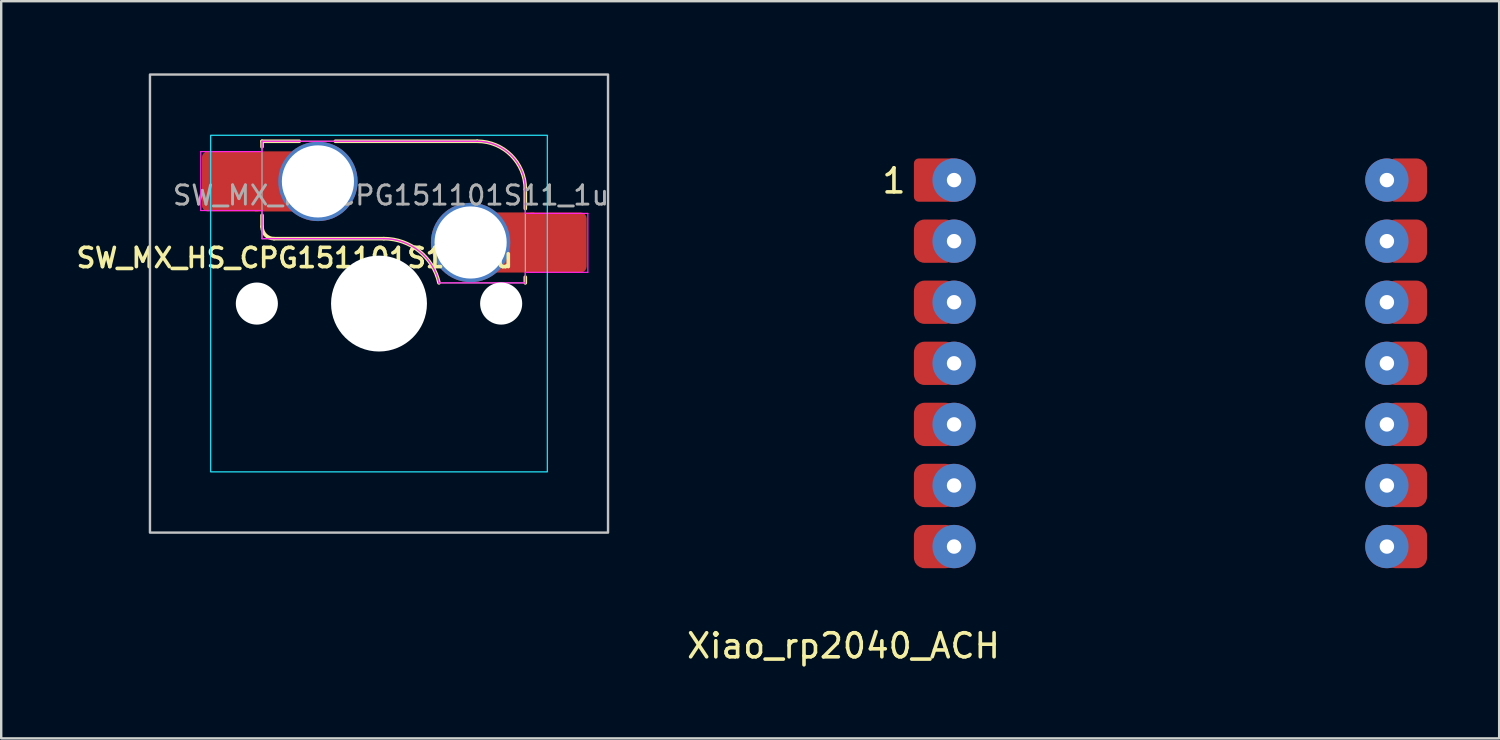
<source format=kicad_pcb>
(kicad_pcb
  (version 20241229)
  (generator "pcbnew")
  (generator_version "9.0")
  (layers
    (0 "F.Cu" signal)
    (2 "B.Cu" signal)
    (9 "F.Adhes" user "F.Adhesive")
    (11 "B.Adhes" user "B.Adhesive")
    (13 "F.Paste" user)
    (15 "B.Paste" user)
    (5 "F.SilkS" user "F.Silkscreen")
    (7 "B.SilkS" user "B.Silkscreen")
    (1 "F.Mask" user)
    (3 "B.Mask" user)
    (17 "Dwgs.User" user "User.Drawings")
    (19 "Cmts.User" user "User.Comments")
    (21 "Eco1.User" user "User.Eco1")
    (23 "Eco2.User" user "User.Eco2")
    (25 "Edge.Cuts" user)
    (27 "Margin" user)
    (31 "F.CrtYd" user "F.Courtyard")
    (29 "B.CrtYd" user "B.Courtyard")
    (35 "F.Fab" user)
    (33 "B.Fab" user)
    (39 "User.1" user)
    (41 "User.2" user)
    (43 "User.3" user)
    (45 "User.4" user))
  (footprint "Xiao_rp2040_ACH"
    (layer "F.Cu")
    (at 45.628 12.06)
    (property "Reference" "Xiao_rp2040_ACH" (at -7 11.75 0) (layer "F.SilkS") (effects (font (size 1 1) (thickness 0.15)) (justify right)))
    (attr through_hole exclude_from_pos_files exclude_from_bom)
    (fp_rect (start -9 -12) (end 9 11) (stroke (width 0.12) (type default)) (fill no) (layer "User.4"))
    (fp_text user "1" (at -11.5 -7 0) (layer "F.SilkS") (effects (font (size 1 1) (thickness 0.15)) (justify bottom)))
    (pad "1" smd roundrect (at -9.795 -7.62) (size 1.75 1.8) (layers "F.Cu" "F.Mask") (roundrect_rratio 0.114))
    (pad "1" thru_hole circle (at -9 -7.62) (size 1.8 1.8) (drill 0.6) (layers "*.Cu" "*.Mask"))
    (pad "2" smd roundrect (at -9.795 -5.08) (size 1.75 1.8) (layers "F.Cu" "F.Mask") (roundrect_rratio 0.25))
    (pad "2" thru_hole circle (at -9 -5.08) (size 1.8 1.8) (drill 0.6) (layers "*.Cu" "*.Mask"))
    (pad "3" smd roundrect (at -9.795 -2.54) (size 1.75 1.8) (layers "F.Cu" "F.Mask") (roundrect_rratio 0.25))
    (pad "3" thru_hole circle (at -9 -2.54) (size 1.8 1.8) (drill 0.6) (layers "*.Cu" "*.Mask"))
    (pad "4" smd roundrect (at -9.795 0) (size 1.75 1.8) (layers "F.Cu" "F.Mask") (roundrect_rratio 0.25))
    (pad "4" thru_hole circle (at -9 0) (size 1.8 1.8) (drill 0.6) (layers "*.Cu" "*.Mask"))
    (pad "5" smd roundrect (at -9.795 2.54) (size 1.75 1.8) (layers "F.Cu" "F.Mask") (roundrect_rratio 0.25))
    (pad "5" thru_hole circle (at -9 2.54) (size 1.8 1.8) (drill 0.6) (layers "*.Cu" "*.Mask"))
    (pad "6" smd roundrect (at -9.795 5.08) (size 1.75 1.8) (layers "F.Cu" "F.Mask") (roundrect_rratio 0.25))
    (pad "6" thru_hole circle (at -9 5.08) (size 1.8 1.8) (drill 0.6) (layers "*.Cu" "*.Mask"))
    (pad "7" smd roundrect (at -9.795 7.62) (size 1.75 1.8) (layers "F.Cu" "F.Mask") (roundrect_rratio 0.25))
    (pad "7" thru_hole circle (at -9 7.62) (size 1.8 1.8) (drill 0.6) (layers "*.Cu" "*.Mask"))
    (pad "8" thru_hole circle (at 9 -7.62) (size 1.8 1.8) (drill 0.6) (layers "*.Cu" "*.Mask"))
    (pad "8" smd roundrect (at 9.795 -7.62 180) (size 1.75 1.8) (layers "F.Cu" "F.Mask") (roundrect_rratio 0.25))
    (pad "9" thru_hole circle (at 9 -5.08) (size 1.8 1.8) (drill 0.6) (layers "*.Cu" "*.Mask"))
    (pad "9" smd roundrect (at 9.795 -5.08 180) (size 1.75 1.8) (layers "F.Cu" "F.Mask") (roundrect_rratio 0.25))
    (pad "10" thru_hole circle (at 9 -2.54) (size 1.8 1.8) (drill 0.6) (layers "*.Cu" "*.Mask"))
    (pad "10" smd roundrect (at 9.795 -2.54 180) (size 1.75 1.8) (layers "F.Cu" "F.Mask") (roundrect_rratio 0.25))
    (pad "11" thru_hole circle (at 9 0) (size 1.8 1.8) (drill 0.6) (layers "*.Cu" "*.Mask"))
    (pad "11" smd roundrect (at 9.795 0 180) (size 1.75 1.8) (layers "F.Cu" "F.Mask") (roundrect_rratio 0.25))
    (pad "12" thru_hole circle (at 9 2.54) (size 1.8 1.8) (drill 0.6) (layers "*.Cu" "*.Mask"))
    (pad "12" smd roundrect (at 9.795 2.54 180) (size 1.75 1.8) (layers "F.Cu" "F.Mask") (roundrect_rratio 0.25))
    (pad "13" thru_hole circle (at 9 5.08) (size 1.8 1.8) (drill 0.6) (layers "*.Cu" "*.Mask"))
    (pad "13" smd roundrect (at 9.795 5.08) (size 1.75 1.8) (layers "F.Cu" "F.Mask") (roundrect_rratio 0.25))
    (pad "14" thru_hole circle (at 9 7.62) (size 1.8 1.8) (drill 0.6) (layers "*.Cu" "*.Mask"))
    (pad "14" smd roundrect (at 9.795 7.62) (size 1.75 1.8) (layers "F.Cu" "F.Mask") (roundrect_rratio 0.25)))
  (footprint "SW_MX_HS_CPG151101S11_1u"
    (layer "F.Cu")
    (at 12.712 9.575)
    (property "Reference" "SW_MX_HS_CPG151101S11_1u" (at -3.5 -1.9 180) (layer "F.SilkS") (effects (font (size 0.8 0.8) (thickness 0.15))))
    (attr smd)
    (fp_line (start -4.865 -6.75) (end -4.865 -6.52) (stroke (width 0.15) (type solid)) (layer "F.SilkS"))
    (fp_line (start -4.865 -3.67) (end -4.865 -3.2) (stroke (width 0.15) (type solid)) (layer "F.SilkS"))
    (fp_line (start -4.365 -2.7) (end 0.2 -2.7) (stroke (width 0.15) (type solid)) (layer "F.SilkS"))
    (fp_line (start -3.315 -6.75) (end -4.865 -6.75) (stroke (width 0.15) (type solid)) (layer "F.SilkS"))
    (fp_line (start 4.085 -6.75) (end -1.815 -6.75) (stroke (width 0.15) (type solid)) (layer "F.SilkS"))
    (fp_line (start 6.085 -3.95) (end 6.085 -4.75) (stroke (width 0.15) (type solid)) (layer "F.SilkS"))
    (fp_line (start 6.085 -1.1) (end 6.085 -0.86) (stroke (width 0.15) (type solid)) (layer "F.SilkS"))
    (fp_arc (start -4.364824 -2.70022) (mid -4.718377 -2.846667) (end -4.864824 -3.20022) (stroke (width 0.15) (type solid)) (layer "F.SilkS"))
    (fp_arc (start 0.2 -2.70022) (mid 1.670693 -2.183637) (end 2.494322 -0.86022) (stroke (width 0.15) (type solid)) (layer "F.SilkS"))
    (fp_arc (start 4.085176 -6.75022) (mid 5.49939 -6.164434) (end 6.085176 -4.75022) (stroke (width 0.15) (type solid)) (layer "F.SilkS"))
    (fp_poly (pts (xy -9.525 -9.525) (xy 9.525 -9.525) (xy 9.525 9.525) (xy -9.525 9.525)) (stroke (width 0.1) (type default)) (fill no) (layer "Dwgs.User"))
    (fp_line (start -7 -6.5) (end -7 6.5) (stroke (width 0.05) (type solid)) (layer "Eco2.User"))
    (fp_line (start -6.5 7) (end 6.5 7) (stroke (width 0.05) (type solid)) (layer "Eco2.User"))
    (fp_line (start 6.5 -7) (end -6.5 -7) (stroke (width 0.05) (type solid)) (layer "Eco2.User"))
    (fp_line (start 7 6.5) (end 7 -6.5) (stroke (width 0.05) (type solid)) (layer "Eco2.User"))
    (fp_arc (start -7 -6.5) (mid -6.853553 -6.853553) (end -6.5 -7) (stroke (width 0.05) (type solid)) (layer "Eco2.User"))
    (fp_arc (start -6.497236 6.998884) (mid -6.850789 6.852437) (end -6.997236 6.498884) (stroke (width 0.05) (type solid)) (layer "Eco2.User"))
    (fp_arc (start 6.5 -7) (mid 6.853553 -6.853553) (end 7 -6.5) (stroke (width 0.05) (type solid)) (layer "Eco2.User"))
    (fp_arc (start 7 6.5) (mid 6.853553 6.853553) (end 6.5 7) (stroke (width 0.05) (type solid)) (layer "Eco2.User"))
    (fp_poly (pts (xy -7 -7) (xy 7 -7) (xy 7 7) (xy -7 7)) (stroke (width 0.05) (type default)) (fill no) (layer "B.CrtYd"))
    (fp_line (start -7.415 -6.32) (end -4.865 -6.32) (stroke (width 0.05) (type solid)) (layer "F.CrtYd"))
    (fp_line (start -7.415 -3.87) (end -7.415 -6.32) (stroke (width 0.05) (type solid)) (layer "F.CrtYd"))
    (fp_line (start -4.865 -6.75) (end -4.865 -6.32) (stroke (width 0.05) (type solid)) (layer "F.CrtYd"))
    (fp_line (start -4.865 -3.87) (end -7.415 -3.87) (stroke (width 0.05) (type solid)) (layer "F.CrtYd"))
    (fp_line (start -4.865 -3.87) (end -4.865 -2.7) (stroke (width 0.05) (type solid)) (layer "F.CrtYd"))
    (fp_line (start -4.865 -2.7) (end 0.2 -2.7) (stroke (width 0.05) (type solid)) (layer "F.CrtYd"))
    (fp_line (start 4.085 -6.75) (end -4.865 -6.75) (stroke (width 0.05) (type solid)) (layer "F.CrtYd"))
    (fp_line (start 6.085 -3.75) (end 6.085 -4.75) (stroke (width 0.05) (type solid)) (layer "F.CrtYd"))
    (fp_line (start 6.085 -3.75) (end 8.685 -3.75) (stroke (width 0.05) (type solid)) (layer "F.CrtYd"))
    (fp_line (start 6.085 -1.3) (end 6.085 -0.86) (stroke (width 0.05) (type solid)) (layer "F.CrtYd"))
    (fp_line (start 6.085 -0.86) (end 2.494 -0.86) (stroke (width 0.05) (type solid)) (layer "F.CrtYd"))
    (fp_line (start 8.685 -3.75) (end 8.685 -1.3) (stroke (width 0.05) (type solid)) (layer "F.CrtYd"))
    (fp_line (start 8.685 -1.3) (end 6.085 -1.3) (stroke (width 0.05) (type solid)) (layer "F.CrtYd"))
    (fp_arc (start 0.2 -2.70022) (mid 1.670503 -2.183399) (end 2.494322 -0.86022) (stroke (width 0.05) (type solid)) (layer "F.CrtYd"))
    (fp_arc (start 4.085176 -6.75022) (mid 5.49939 -6.164434) (end 6.085176 -4.75022) (stroke (width 0.05) (type solid)) (layer "F.CrtYd"))
    (fp_line (start -4.865 -6.75) (end -4.865 -2.7) (stroke (width 0.05) (type solid)) (layer "F.Fab"))
    (fp_line (start -4.865 -2.7) (end 0.2 -2.7) (stroke (width 0.05) (type solid)) (layer "F.Fab"))
    (fp_line (start 4.085 -6.75) (end -4.865 -6.75) (stroke (width 0.05) (type solid)) (layer "F.Fab"))
    (fp_line (start 6.085 -0.86) (end 2.494 -0.86) (stroke (width 0.05) (type solid)) (layer "F.Fab"))
    (fp_line (start 6.085 -0.86) (end 6.085 -4.75) (stroke (width 0.05) (type solid)) (layer "F.Fab"))
    (fp_arc (start 0.2 -2.70022) (mid 1.670503 -2.183399) (end 2.494322 -0.86022) (stroke (width 0.05) (type solid)) (layer "F.Fab"))
    (fp_arc (start 4.085176 -6.75022) (mid 5.49939 -6.164434) (end 6.085176 -4.75022) (stroke (width 0.05) (type solid)) (layer "F.Fab"))
    (fp_line (start -0.25 4.83) (end 0.25 5.33) (stroke (width 0.12) (type default)) (layer "User.3"))
    (fp_line (start 0.25 4.83) (end -0.25 5.33) (stroke (width 0.12) (type default)) (layer "User.3"))
    (fp_text user "${REFERENCE}" (at 0.5 -4.5 180) (layer "F.Fab") (effects (font (size 0.8 0.8) (thickness 0.12))))
    (pad "" np_thru_hole circle (at -5.08 0) (size 1.75 1.75) (drill 1.75) (layers "*.Cu" "*.Mask"))
    (pad "" np_thru_hole circle (at 0 0) (size 3.988 3.988) (drill 3.988) (layers "*.Cu" "*.Mask"))
    (pad "" np_thru_hole circle (at 5.08 0) (size 1.75 1.75) (drill 1.75) (layers "*.Cu" "*.Mask"))
    (pad "1" thru_hole circle (at 3.81 -2.54) (size 3.3 3.3) (drill 3) (layers "*.Cu" "*.Mask"))
    (pad "1" smd rect (at 5.635 -2.54 180) (size 1.65 2.5) (layers "F.Cu"))
    (pad "1" smd roundrect (at 7.36 -2.54) (size 2.55 2.5) (layers "F.Cu" "F.Mask" "F.Paste") (roundrect_rratio 0.1))
    (pad "2" smd roundrect (at -6.09 -5.08) (size 2.55 2.5) (layers "F.Cu" "F.Mask" "F.Paste") (roundrect_rratio 0.1))
    (pad "2" smd rect (at -4.34 -5.08) (size 1.65 2.5) (layers "F.Cu"))
    (pad "2" thru_hole circle (at -2.54 -5.08) (size 3.3 3.3) (drill 3) (layers "*.Cu" "*.Mask")))
  (gr_rect
    (start -3 -3)
    (end 59.298 27.658)
    (stroke (width 0.1) (type default))
    (fill no)
    (layer "Edge.Cuts")))
</source>
